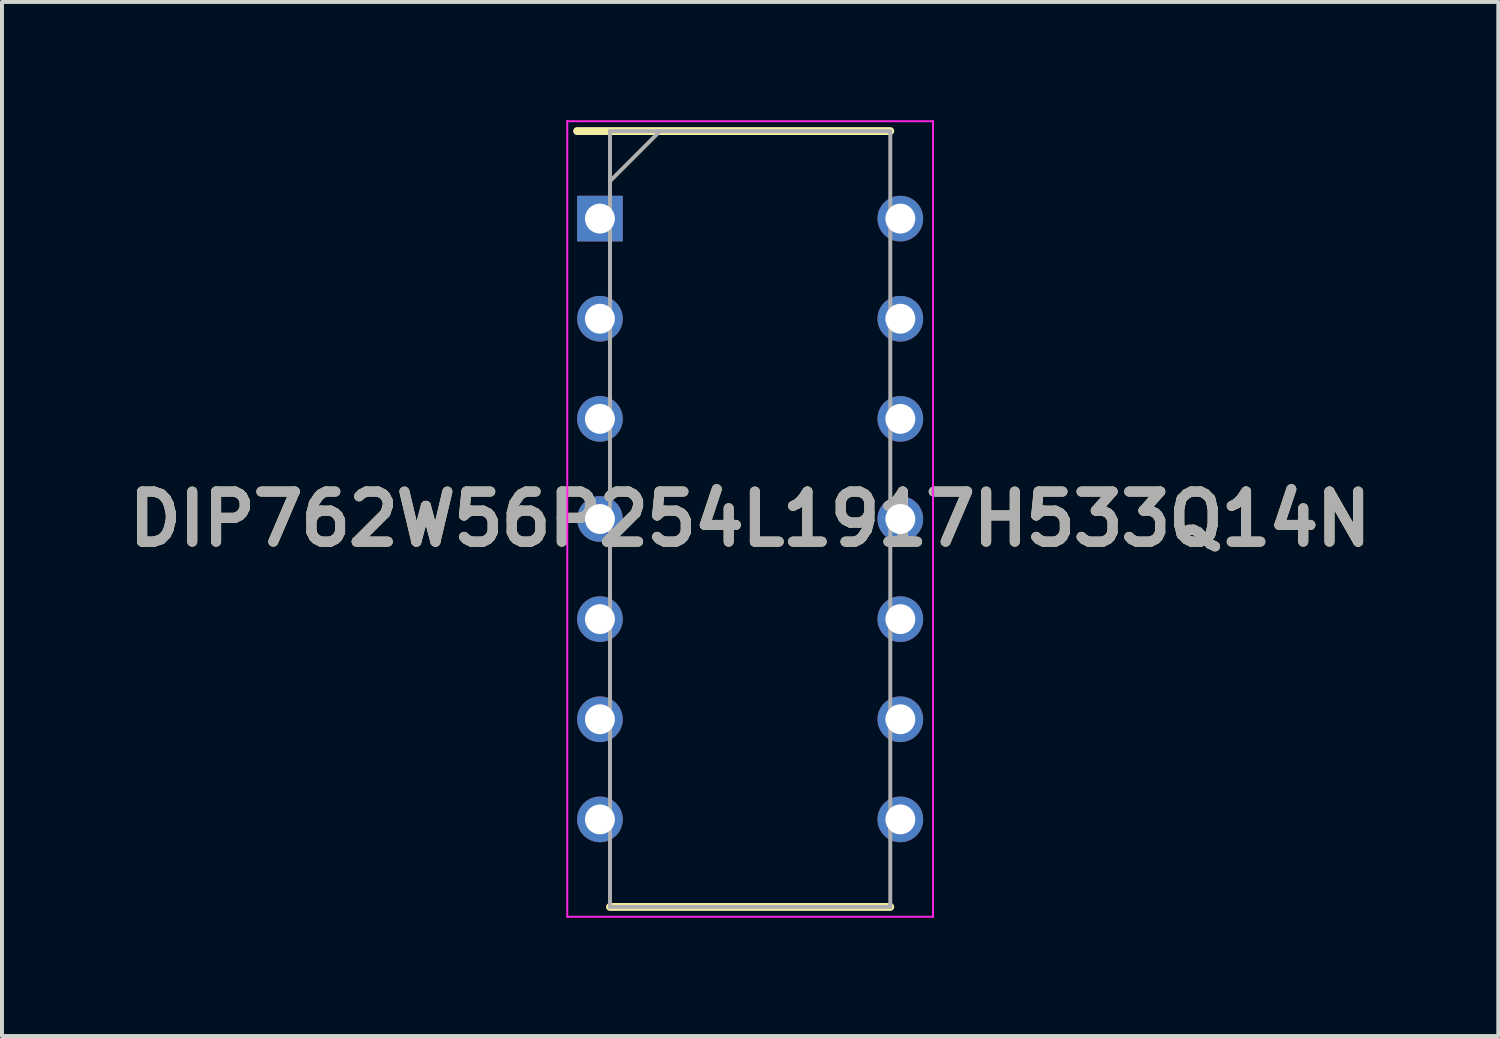
<source format=kicad_pcb>
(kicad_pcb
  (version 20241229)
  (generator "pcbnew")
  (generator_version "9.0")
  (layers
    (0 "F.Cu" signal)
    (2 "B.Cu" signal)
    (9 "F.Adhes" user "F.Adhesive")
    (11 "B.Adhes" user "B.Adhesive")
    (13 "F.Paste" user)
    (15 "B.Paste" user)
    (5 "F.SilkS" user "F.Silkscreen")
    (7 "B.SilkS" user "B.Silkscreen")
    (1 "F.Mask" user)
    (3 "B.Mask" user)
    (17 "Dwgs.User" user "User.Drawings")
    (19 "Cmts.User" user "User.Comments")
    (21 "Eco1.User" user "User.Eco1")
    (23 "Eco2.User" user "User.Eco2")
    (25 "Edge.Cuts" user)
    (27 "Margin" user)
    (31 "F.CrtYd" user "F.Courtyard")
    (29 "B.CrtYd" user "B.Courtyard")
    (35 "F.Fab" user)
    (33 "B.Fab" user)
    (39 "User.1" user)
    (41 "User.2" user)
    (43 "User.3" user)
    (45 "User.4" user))
  (footprint "DIP762W56P254L1917H533Q14N"
    (layer "F.Cu")
    (at 15.978 10.115)
    (property "Reference" "DIP762W56P254L1917H533Q14N" (at 0 0 0) (layer "F.SilkS") (effects (font (size 1.27 1.27) (thickness 0.254))))
    (attr through_hole)
    (fp_line (start -4.389 -9.84) (end 3.555 -9.84) (stroke (width 0.2) (type solid)) (layer "F.SilkS"))
    (fp_line (start -3.555 9.84) (end 3.555 9.84) (stroke (width 0.2) (type solid)) (layer "F.SilkS"))
    (fp_line (start -4.639 -10.09) (end 4.639 -10.09) (stroke (width 0.05) (type solid)) (layer "F.CrtYd"))
    (fp_line (start -4.639 10.09) (end -4.639 -10.09) (stroke (width 0.05) (type solid)) (layer "F.CrtYd"))
    (fp_line (start 4.639 -10.09) (end 4.639 10.09) (stroke (width 0.05) (type solid)) (layer "F.CrtYd"))
    (fp_line (start 4.639 10.09) (end -4.639 10.09) (stroke (width 0.05) (type solid)) (layer "F.CrtYd"))
    (fp_line (start -3.555 -9.84) (end 3.555 -9.84) (stroke (width 0.1) (type solid)) (layer "F.Fab"))
    (fp_line (start -3.555 -8.57) (end -2.285 -9.84) (stroke (width 0.1) (type solid)) (layer "F.Fab"))
    (fp_line (start -3.555 9.84) (end -3.555 -9.84) (stroke (width 0.1) (type solid)) (layer "F.Fab"))
    (fp_line (start 3.555 -9.84) (end 3.555 9.84) (stroke (width 0.1) (type solid)) (layer "F.Fab"))
    (fp_line (start 3.555 9.84) (end -3.555 9.84) (stroke (width 0.1) (type solid)) (layer "F.Fab"))
    (fp_text user "${REFERENCE}" (at 0 0 0) (layer "F.Fab") (effects (font (size 1.27 1.27) (thickness 0.254))))
    (pad "1" thru_hole rect (at -3.81 -7.62) (size 1.158 1.158) (drill 0.758) (layers "*.Cu" "*.Mask"))
    (pad "2" thru_hole circle (at -3.81 -5.08) (size 1.158 1.158) (drill 0.758) (layers "*.Cu" "*.Mask"))
    (pad "3" thru_hole circle (at -3.81 -2.54) (size 1.158 1.158) (drill 0.758) (layers "*.Cu" "*.Mask"))
    (pad "4" thru_hole circle (at -3.81 0) (size 1.158 1.158) (drill 0.758) (layers "*.Cu" "*.Mask"))
    (pad "5" thru_hole circle (at -3.81 2.54) (size 1.158 1.158) (drill 0.758) (layers "*.Cu" "*.Mask"))
    (pad "6" thru_hole circle (at -3.81 5.08) (size 1.158 1.158) (drill 0.758) (layers "*.Cu" "*.Mask"))
    (pad "7" thru_hole circle (at -3.81 7.62) (size 1.158 1.158) (drill 0.758) (layers "*.Cu" "*.Mask"))
    (pad "8" thru_hole circle (at 3.81 7.62) (size 1.158 1.158) (drill 0.758) (layers "*.Cu" "*.Mask"))
    (pad "9" thru_hole circle (at 3.81 5.08) (size 1.158 1.158) (drill 0.758) (layers "*.Cu" "*.Mask"))
    (pad "10" thru_hole circle (at 3.81 2.54) (size 1.158 1.158) (drill 0.758) (layers "*.Cu" "*.Mask"))
    (pad "11" thru_hole circle (at 3.81 0) (size 1.158 1.158) (drill 0.758) (layers "*.Cu" "*.Mask"))
    (pad "12" thru_hole circle (at 3.81 -2.54) (size 1.158 1.158) (drill 0.758) (layers "*.Cu" "*.Mask"))
    (pad "13" thru_hole circle (at 3.81 -5.08) (size 1.158 1.158) (drill 0.758) (layers "*.Cu" "*.Mask"))
    (pad "14" thru_hole circle (at 3.81 -7.62) (size 1.158 1.158) (drill 0.758) (layers "*.Cu" "*.Mask")))
  (gr_rect
    (start -3 -3)
    (end 34.956 23.23)
    (stroke (width 0.1) (type default))
    (fill no)
    (layer "Edge.Cuts")))
</source>
